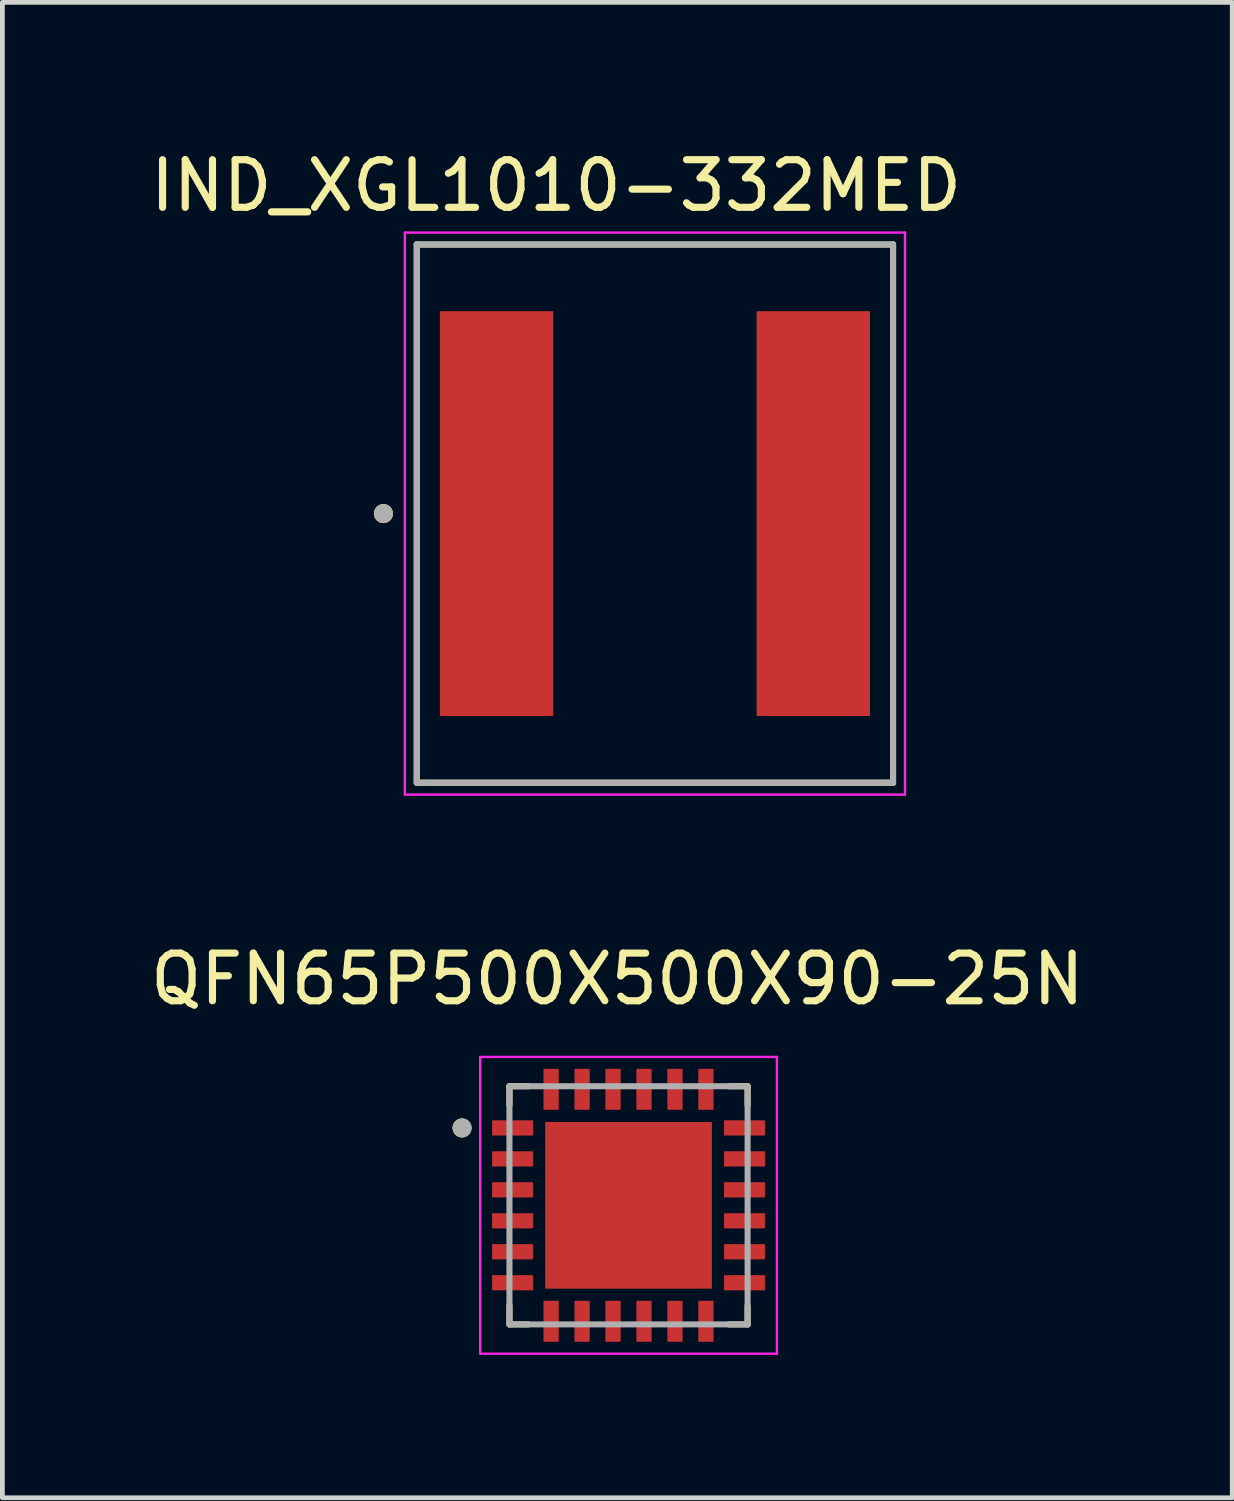
<source format=kicad_pcb>
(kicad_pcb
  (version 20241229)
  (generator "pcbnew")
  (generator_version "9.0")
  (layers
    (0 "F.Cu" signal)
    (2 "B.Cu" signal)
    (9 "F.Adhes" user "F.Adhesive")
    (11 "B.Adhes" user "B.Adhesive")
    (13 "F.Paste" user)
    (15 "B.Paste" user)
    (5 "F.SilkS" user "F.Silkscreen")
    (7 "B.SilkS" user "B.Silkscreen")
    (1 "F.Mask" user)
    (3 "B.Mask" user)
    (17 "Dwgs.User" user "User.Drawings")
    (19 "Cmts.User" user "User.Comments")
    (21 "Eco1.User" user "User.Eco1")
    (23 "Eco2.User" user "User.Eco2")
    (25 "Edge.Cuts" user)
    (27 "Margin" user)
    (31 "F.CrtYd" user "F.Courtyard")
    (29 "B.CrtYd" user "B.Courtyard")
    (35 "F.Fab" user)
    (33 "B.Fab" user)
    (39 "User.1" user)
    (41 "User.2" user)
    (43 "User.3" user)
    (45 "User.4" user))
  (footprint "IND_XGL1010-332MED"
    (layer "F.Cu")
    (at 10.7 7.733)
    (property "Reference" "IND_XGL1010-332MED" (at -2.075 -6.885 0) (layer "F.SilkS") (effects (font (size 1 1) (thickness 0.15))))
    (attr smd)
    (fp_line (start -5 -5.65) (end 5 -5.65) (stroke (width 0.127) (type solid)) (layer "F.SilkS"))
    (fp_line (start -5 5.65) (end -5 -5.65) (stroke (width 0.127) (type solid)) (layer "F.SilkS"))
    (fp_line (start 5 -5.65) (end 5 5.65) (stroke (width 0.127) (type solid)) (layer "F.SilkS"))
    (fp_line (start 5 5.65) (end -5 5.65) (stroke (width 0.127) (type solid)) (layer "F.SilkS"))
    (fp_circle (center -5.7 0) (end -5.6 0) (stroke (width 0.2) (type solid)) (fill no) (layer "F.SilkS"))
    (fp_line (start -5.25 -5.9) (end -5.25 5.9) (stroke (width 0.05) (type solid)) (layer "F.CrtYd"))
    (fp_line (start -5.25 5.9) (end 5.25 5.9) (stroke (width 0.05) (type solid)) (layer "F.CrtYd"))
    (fp_line (start 5.25 -5.9) (end -5.25 -5.9) (stroke (width 0.05) (type solid)) (layer "F.CrtYd"))
    (fp_line (start 5.25 5.9) (end 5.25 -5.9) (stroke (width 0.05) (type solid)) (layer "F.CrtYd"))
    (fp_line (start -5 -5.65) (end 5 -5.65) (stroke (width 0.127) (type solid)) (layer "F.Fab"))
    (fp_line (start -5 5.65) (end -5 -5.65) (stroke (width 0.127) (type solid)) (layer "F.Fab"))
    (fp_line (start 5 -5.65) (end 5 5.65) (stroke (width 0.127) (type solid)) (layer "F.Fab"))
    (fp_line (start 5 5.65) (end -5 5.65) (stroke (width 0.127) (type solid)) (layer "F.Fab"))
    (fp_circle (center -5.7 0) (end -5.6 0) (stroke (width 0.2) (type solid)) (fill no) (layer "F.Fab"))
    (pad "1" smd rect (at -3.325 0) (size 2.38 8.5) (layers "F.Cu" "F.Mask" "F.Paste"))
    (pad "2" smd rect (at 3.325 0) (size 2.38 8.5) (layers "F.Cu" "F.Mask" "F.Paste")))
  (footprint "QFN65P500X500X90-25N"
    (layer "F.Cu")
    (at 10.146 22.256)
    (property "Reference" "QFN65P500X500X90-25N" (at -0.235 -4.75 0) (layer "F.SilkS") (effects (font (size 1 1) (thickness 0.15))))
    (attr smd)
    (fp_line (start -2.5 -2.5) (end -2.5 -2.105) (stroke (width 0.127) (type solid)) (layer "F.SilkS"))
    (fp_line (start -2.5 -2.5) (end -2.105 -2.5) (stroke (width 0.127) (type solid)) (layer "F.SilkS"))
    (fp_line (start -2.5 2.5) (end -2.5 2.105) (stroke (width 0.127) (type solid)) (layer "F.SilkS"))
    (fp_line (start -2.5 2.5) (end -2.105 2.5) (stroke (width 0.127) (type solid)) (layer "F.SilkS"))
    (fp_line (start 2.5 -2.5) (end 2.105 -2.5) (stroke (width 0.127) (type solid)) (layer "F.SilkS"))
    (fp_line (start 2.5 -2.5) (end 2.5 -2.105) (stroke (width 0.127) (type solid)) (layer "F.SilkS"))
    (fp_line (start 2.5 2.5) (end 2.105 2.5) (stroke (width 0.127) (type solid)) (layer "F.SilkS"))
    (fp_line (start 2.5 2.5) (end 2.5 2.105) (stroke (width 0.127) (type solid)) (layer "F.SilkS"))
    (fp_circle (center -3.495 -1.625) (end -3.395 -1.625) (stroke (width 0.2) (type solid)) (fill no) (layer "F.SilkS"))
    (fp_poly (pts (xy -1.11 -1.11) (xy 1.11 -1.11) (xy 1.11 1.11) (xy -1.11 1.11)) (stroke (width 0.01) (type solid)) (fill yes) (layer "F.Paste"))
    (fp_line (start -3.115 -3.115) (end 3.115 -3.115) (stroke (width 0.05) (type solid)) (layer "F.CrtYd"))
    (fp_line (start -3.115 3.115) (end -3.115 -3.115) (stroke (width 0.05) (type solid)) (layer "F.CrtYd"))
    (fp_line (start -3.115 3.115) (end 3.115 3.115) (stroke (width 0.05) (type solid)) (layer "F.CrtYd"))
    (fp_line (start 3.115 3.115) (end 3.115 -3.115) (stroke (width 0.05) (type solid)) (layer "F.CrtYd"))
    (fp_line (start -2.5 2.5) (end -2.5 -2.5) (stroke (width 0.127) (type solid)) (layer "F.Fab"))
    (fp_line (start 2.5 -2.5) (end -2.5 -2.5) (stroke (width 0.127) (type solid)) (layer "F.Fab"))
    (fp_line (start 2.5 2.5) (end -2.5 2.5) (stroke (width 0.127) (type solid)) (layer "F.Fab"))
    (fp_line (start 2.5 2.5) (end 2.5 -2.5) (stroke (width 0.127) (type solid)) (layer "F.Fab"))
    (fp_circle (center -3.495 -1.625) (end -3.395 -1.625) (stroke (width 0.2) (type solid)) (fill no) (layer "F.Fab"))
    (pad "1" smd roundrect (at -2.435 -1.625) (size 0.86 0.32) (layers "F.Cu" "F.Mask" "F.Paste") (roundrect_rratio 0.04))
    (pad "2" smd roundrect (at -2.435 -0.975) (size 0.86 0.32) (layers "F.Cu" "F.Mask" "F.Paste") (roundrect_rratio 0.04))
    (pad "3" smd roundrect (at -2.435 -0.325) (size 0.86 0.32) (layers "F.Cu" "F.Mask" "F.Paste") (roundrect_rratio 0.04))
    (pad "4" smd roundrect (at -2.435 0.325) (size 0.86 0.32) (layers "F.Cu" "F.Mask" "F.Paste") (roundrect_rratio 0.04))
    (pad "5" smd roundrect (at -2.435 0.975) (size 0.86 0.32) (layers "F.Cu" "F.Mask" "F.Paste") (roundrect_rratio 0.04))
    (pad "6" smd roundrect (at -2.435 1.625) (size 0.86 0.32) (layers "F.Cu" "F.Mask" "F.Paste") (roundrect_rratio 0.04))
    (pad "7" smd roundrect (at -1.625 2.435 90) (size 0.86 0.32) (layers "F.Cu" "F.Mask" "F.Paste") (roundrect_rratio 0.04))
    (pad "8" smd roundrect (at -0.975 2.435 90) (size 0.86 0.32) (layers "F.Cu" "F.Mask" "F.Paste") (roundrect_rratio 0.04))
    (pad "9" smd roundrect (at -0.325 2.435 90) (size 0.86 0.32) (layers "F.Cu" "F.Mask" "F.Paste") (roundrect_rratio 0.04))
    (pad "10" smd roundrect (at 0.325 2.435 90) (size 0.86 0.32) (layers "F.Cu" "F.Mask" "F.Paste") (roundrect_rratio 0.04))
    (pad "11" smd roundrect (at 0.975 2.435 90) (size 0.86 0.32) (layers "F.Cu" "F.Mask" "F.Paste") (roundrect_rratio 0.04))
    (pad "12" smd roundrect (at 1.625 2.435 90) (size 0.86 0.32) (layers "F.Cu" "F.Mask" "F.Paste") (roundrect_rratio 0.04))
    (pad "13" smd roundrect (at 2.435 1.625) (size 0.86 0.32) (layers "F.Cu" "F.Mask" "F.Paste") (roundrect_rratio 0.04))
    (pad "14" smd roundrect (at 2.435 0.975) (size 0.86 0.32) (layers "F.Cu" "F.Mask" "F.Paste") (roundrect_rratio 0.04))
    (pad "15" smd roundrect (at 2.435 0.325) (size 0.86 0.32) (layers "F.Cu" "F.Mask" "F.Paste") (roundrect_rratio 0.04))
    (pad "16" smd roundrect (at 2.435 -0.325) (size 0.86 0.32) (layers "F.Cu" "F.Mask" "F.Paste") (roundrect_rratio 0.04))
    (pad "17" smd roundrect (at 2.435 -0.975) (size 0.86 0.32) (layers "F.Cu" "F.Mask" "F.Paste") (roundrect_rratio 0.04))
    (pad "18" smd roundrect (at 2.435 -1.625) (size 0.86 0.32) (layers "F.Cu" "F.Mask" "F.Paste") (roundrect_rratio 0.04))
    (pad "19" smd roundrect (at 1.625 -2.435 90) (size 0.86 0.32) (layers "F.Cu" "F.Mask" "F.Paste") (roundrect_rratio 0.04))
    (pad "20" smd roundrect (at 0.975 -2.435 90) (size 0.86 0.32) (layers "F.Cu" "F.Mask" "F.Paste") (roundrect_rratio 0.04))
    (pad "21" smd roundrect (at 0.325 -2.435 90) (size 0.86 0.32) (layers "F.Cu" "F.Mask" "F.Paste") (roundrect_rratio 0.04))
    (pad "22" smd roundrect (at -0.325 -2.435 90) (size 0.86 0.32) (layers "F.Cu" "F.Mask" "F.Paste") (roundrect_rratio 0.04))
    (pad "23" smd roundrect (at -0.975 -2.435 90) (size 0.86 0.32) (layers "F.Cu" "F.Mask" "F.Paste") (roundrect_rratio 0.04))
    (pad "24" smd roundrect (at -1.625 -2.435 90) (size 0.86 0.32) (layers "F.Cu" "F.Mask" "F.Paste") (roundrect_rratio 0.04))
    (pad "25" smd rect (at 0 0) (size 3.5 3.5) (layers "F.Cu" "F.Mask")))
  (gr_rect
    (start -3 -3)
    (end 22.821 28.396)
    (stroke (width 0.1) (type default))
    (fill no)
    (layer "Edge.Cuts")))
</source>
